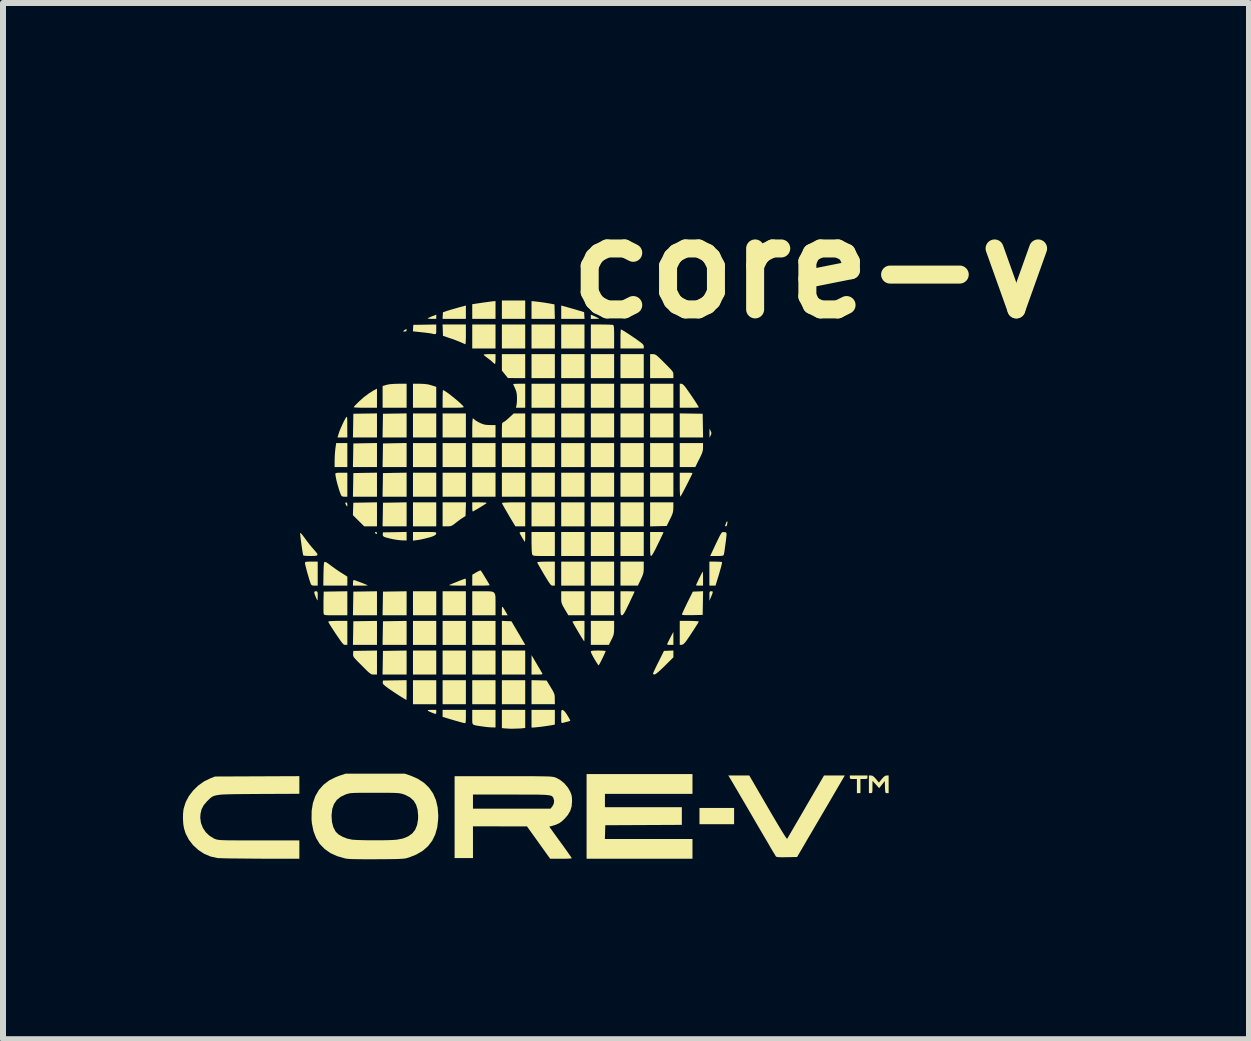
<source format=kicad_pcb>
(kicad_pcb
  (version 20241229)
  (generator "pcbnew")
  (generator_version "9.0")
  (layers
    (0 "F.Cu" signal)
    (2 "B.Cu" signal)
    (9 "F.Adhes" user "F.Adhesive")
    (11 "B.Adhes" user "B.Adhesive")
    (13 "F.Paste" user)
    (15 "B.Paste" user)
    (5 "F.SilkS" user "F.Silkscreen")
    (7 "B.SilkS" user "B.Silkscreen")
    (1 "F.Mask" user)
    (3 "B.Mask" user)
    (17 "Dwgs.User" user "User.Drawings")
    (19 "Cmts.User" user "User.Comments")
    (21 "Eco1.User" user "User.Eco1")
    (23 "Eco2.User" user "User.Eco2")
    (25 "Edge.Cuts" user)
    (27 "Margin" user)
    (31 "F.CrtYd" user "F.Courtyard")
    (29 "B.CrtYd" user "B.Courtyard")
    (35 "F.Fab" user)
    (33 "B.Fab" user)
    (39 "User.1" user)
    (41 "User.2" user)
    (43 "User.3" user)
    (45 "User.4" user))
  (footprint "core-v"
    (layer "F.Cu")
    (at 5.881 6.618)
    (property "Reference" "core-v" (at 4.6 -5.2 0) (layer "F.SilkS") (effects (font (size 1.524 1.524) (thickness 0.3))))
    (attr board_only exclude_from_pos_files exclude_from_bom)
    (fp_poly (pts (xy -1.659 -2.376) (xy -2.047 -2.376) (xy -2.047 -2.776) (xy -1.659 -2.776)) (stroke (width 0) (type solid)) (fill yes) (layer "F.SilkS"))
    (fp_poly (pts (xy -1.659 -1.882) (xy -2.047 -1.882) (xy -2.047 -2.282) (xy -1.659 -2.282)) (stroke (width 0) (type solid)) (fill yes) (layer "F.SilkS"))
    (fp_poly (pts (xy -1.659 -1.388) (xy -2.047 -1.388) (xy -2.047 -1.788) (xy -1.659 -1.788)) (stroke (width 0) (type solid)) (fill yes) (layer "F.SilkS"))
    (fp_poly (pts (xy -1.659 -0.894) (xy -2.047 -0.894) (xy -2.047 -1.294) (xy -1.659 -1.294)) (stroke (width 0) (type solid)) (fill yes) (layer "F.SilkS"))
    (fp_poly (pts (xy -1.659 0.588) (xy -2.047 0.588) (xy -2.047 0.188) (xy -1.659 0.188)) (stroke (width 0) (type solid)) (fill yes) (layer "F.SilkS"))
    (fp_poly (pts (xy -1.659 1.082) (xy -2.047 1.082) (xy -2.047 0.682) (xy -1.659 0.682)) (stroke (width 0) (type solid)) (fill yes) (layer "F.SilkS"))
    (fp_poly (pts (xy -1.659 1.576) (xy -2.047 1.576) (xy -2.047 1.176) (xy -1.659 1.176)) (stroke (width 0) (type solid)) (fill yes) (layer "F.SilkS"))
    (fp_poly (pts (xy -1.659 2.071) (xy -2.047 2.071) (xy -2.047 1.671) (xy -1.659 1.671)) (stroke (width 0) (type solid)) (fill yes) (layer "F.SilkS"))
    (fp_poly (pts (xy -1.165 -2.376) (xy -1.553 -2.376) (xy -1.553 -2.776) (xy -1.165 -2.776)) (stroke (width 0) (type solid)) (fill yes) (layer "F.SilkS"))
    (fp_poly (pts (xy -1.165 -1.882) (xy -1.553 -1.882) (xy -1.553 -2.282) (xy -1.165 -2.282)) (stroke (width 0) (type solid)) (fill yes) (layer "F.SilkS"))
    (fp_poly (pts (xy -1.165 -1.388) (xy -1.553 -1.388) (xy -1.553 -1.788) (xy -1.165 -1.788)) (stroke (width 0) (type solid)) (fill yes) (layer "F.SilkS"))
    (fp_poly (pts (xy -1.165 0.588) (xy -1.553 0.588) (xy -1.553 0.188) (xy -1.165 0.188)) (stroke (width 0) (type solid)) (fill yes) (layer "F.SilkS"))
    (fp_poly (pts (xy -1.165 1.082) (xy -1.553 1.082) (xy -1.553 0.682) (xy -1.165 0.682)) (stroke (width 0) (type solid)) (fill yes) (layer "F.SilkS"))
    (fp_poly (pts (xy -1.165 1.576) (xy -1.553 1.576) (xy -1.553 1.176) (xy -1.165 1.176)) (stroke (width 0) (type solid)) (fill yes) (layer "F.SilkS"))
    (fp_poly (pts (xy -1.165 2.071) (xy -1.553 2.071) (xy -1.553 1.671) (xy -1.165 1.671)) (stroke (width 0) (type solid)) (fill yes) (layer "F.SilkS"))
    (fp_poly (pts (xy -0.671 -3.859) (xy -1.059 -3.859) (xy -1.059 -4.259) (xy -0.671 -4.259)) (stroke (width 0) (type solid)) (fill yes) (layer "F.SilkS"))
    (fp_poly (pts (xy -0.671 -1.882) (xy -1.059 -1.882) (xy -1.059 -2.282) (xy -0.671 -2.282)) (stroke (width 0) (type solid)) (fill yes) (layer "F.SilkS"))
    (fp_poly (pts (xy -0.671 -1.388) (xy -1.059 -1.388) (xy -1.059 -1.788) (xy -0.671 -1.788)) (stroke (width 0) (type solid)) (fill yes) (layer "F.SilkS"))
    (fp_poly (pts (xy -0.671 1.082) (xy -1.059 1.082) (xy -1.059 0.682) (xy -0.671 0.682)) (stroke (width 0) (type solid)) (fill yes) (layer "F.SilkS"))
    (fp_poly (pts (xy -0.671 1.576) (xy -1.059 1.576) (xy -1.059 1.176) (xy -0.671 1.176)) (stroke (width 0) (type solid)) (fill yes) (layer "F.SilkS"))
    (fp_poly (pts (xy -0.671 2.071) (xy -1.059 2.071) (xy -1.059 1.671) (xy -0.671 1.671)) (stroke (width 0) (type solid)) (fill yes) (layer "F.SilkS"))
    (fp_poly (pts (xy -0.176 -4.353) (xy -0.565 -4.353) (xy -0.565 -4.659) (xy -0.176 -4.659)) (stroke (width 0) (type solid)) (fill yes) (layer "F.SilkS"))
    (fp_poly (pts (xy -0.176 -3.859) (xy -0.565 -3.859) (xy -0.565 -4.259) (xy -0.176 -4.259)) (stroke (width 0) (type solid)) (fill yes) (layer "F.SilkS"))
    (fp_poly (pts (xy -0.176 -1.882) (xy -0.565 -1.882) (xy -0.565 -2.282) (xy -0.176 -2.282)) (stroke (width 0) (type solid)) (fill yes) (layer "F.SilkS"))
    (fp_poly (pts (xy -0.176 -1.388) (xy -0.565 -1.388) (xy -0.565 -1.788) (xy -0.176 -1.788)) (stroke (width 0) (type solid)) (fill yes) (layer "F.SilkS"))
    (fp_poly (pts (xy -0.176 1.576) (xy -0.565 1.576) (xy -0.565 1.176) (xy -0.176 1.176)) (stroke (width 0) (type solid)) (fill yes) (layer "F.SilkS"))
    (fp_poly (pts (xy -0.176 2.071) (xy -0.565 2.071) (xy -0.565 1.671) (xy -0.176 1.671)) (stroke (width 0) (type solid)) (fill yes) (layer "F.SilkS"))
    (fp_poly (pts (xy 0.318 -3.859) (xy -0.071 -3.859) (xy -0.071 -4.259) (xy 0.318 -4.259)) (stroke (width 0) (type solid)) (fill yes) (layer "F.SilkS"))
    (fp_poly (pts (xy 0.318 -3.365) (xy -0.071 -3.365) (xy -0.071 -3.765) (xy 0.318 -3.765)) (stroke (width 0) (type solid)) (fill yes) (layer "F.SilkS"))
    (fp_poly (pts (xy 0.318 -2.871) (xy -0.071 -2.871) (xy -0.071 -3.271) (xy 0.318 -3.271)) (stroke (width 0) (type solid)) (fill yes) (layer "F.SilkS"))
    (fp_poly (pts (xy 0.318 -2.376) (xy -0.071 -2.376) (xy -0.071 -2.776) (xy 0.318 -2.776)) (stroke (width 0) (type solid)) (fill yes) (layer "F.SilkS"))
    (fp_poly (pts (xy 0.318 -1.882) (xy -0.071 -1.882) (xy -0.071 -2.282) (xy 0.318 -2.282)) (stroke (width 0) (type solid)) (fill yes) (layer "F.SilkS"))
    (fp_poly (pts (xy 0.318 -1.388) (xy -0.071 -1.388) (xy -0.071 -1.788) (xy 0.318 -1.788)) (stroke (width 0) (type solid)) (fill yes) (layer "F.SilkS"))
    (fp_poly (pts (xy 0.318 -0.894) (xy -0.071 -0.894) (xy -0.071 -1.294) (xy 0.318 -1.294)) (stroke (width 0) (type solid)) (fill yes) (layer "F.SilkS"))
    (fp_poly (pts (xy 0.812 -3.859) (xy 0.424 -3.859) (xy 0.424 -4.259) (xy 0.812 -4.259)) (stroke (width 0) (type solid)) (fill yes) (layer "F.SilkS"))
    (fp_poly (pts (xy 0.812 -3.365) (xy 0.424 -3.365) (xy 0.424 -3.765) (xy 0.812 -3.765)) (stroke (width 0) (type solid)) (fill yes) (layer "F.SilkS"))
    (fp_poly (pts (xy 0.812 -2.871) (xy 0.424 -2.871) (xy 0.424 -3.271) (xy 0.812 -3.271)) (stroke (width 0) (type solid)) (fill yes) (layer "F.SilkS"))
    (fp_poly (pts (xy 0.812 -2.376) (xy 0.424 -2.376) (xy 0.424 -2.776) (xy 0.812 -2.776)) (stroke (width 0) (type solid)) (fill yes) (layer "F.SilkS"))
    (fp_poly (pts (xy 0.812 -1.882) (xy 0.424 -1.882) (xy 0.424 -2.282) (xy 0.812 -2.282)) (stroke (width 0) (type solid)) (fill yes) (layer "F.SilkS"))
    (fp_poly (pts (xy 0.812 -1.388) (xy 0.424 -1.388) (xy 0.424 -1.788) (xy 0.812 -1.788)) (stroke (width 0) (type solid)) (fill yes) (layer "F.SilkS"))
    (fp_poly (pts (xy 0.812 -0.894) (xy 0.424 -0.894) (xy 0.424 -1.294) (xy 0.812 -1.294)) (stroke (width 0) (type solid)) (fill yes) (layer "F.SilkS"))
    (fp_poly (pts (xy 0.812 -0.4) (xy 0.424 -0.4) (xy 0.424 -0.8) (xy 0.812 -0.8)) (stroke (width 0) (type solid)) (fill yes) (layer "F.SilkS"))
    (fp_poly (pts (xy 0.812 0.094) (xy 0.424 0.094) (xy 0.424 -0.306) (xy 0.812 -0.306)) (stroke (width 0) (type solid)) (fill yes) (layer "F.SilkS"))
    (fp_poly (pts (xy 1.306 -3.365) (xy 0.918 -3.365) (xy 0.918 -3.765) (xy 1.306 -3.765)) (stroke (width 0) (type solid)) (fill yes) (layer "F.SilkS"))
    (fp_poly (pts (xy 1.306 -2.871) (xy 0.918 -2.871) (xy 0.918 -3.271) (xy 1.306 -3.271)) (stroke (width 0) (type solid)) (fill yes) (layer "F.SilkS"))
    (fp_poly (pts (xy 1.306 -2.376) (xy 0.918 -2.376) (xy 0.918 -2.776) (xy 1.306 -2.776)) (stroke (width 0) (type solid)) (fill yes) (layer "F.SilkS"))
    (fp_poly (pts (xy 1.306 -1.882) (xy 0.918 -1.882) (xy 0.918 -2.282) (xy 1.306 -2.282)) (stroke (width 0) (type solid)) (fill yes) (layer "F.SilkS"))
    (fp_poly (pts (xy 1.306 -1.388) (xy 0.918 -1.388) (xy 0.918 -1.788) (xy 1.306 -1.788)) (stroke (width 0) (type solid)) (fill yes) (layer "F.SilkS"))
    (fp_poly (pts (xy 1.306 -0.894) (xy 0.918 -0.894) (xy 0.918 -1.294) (xy 1.306 -1.294)) (stroke (width 0) (type solid)) (fill yes) (layer "F.SilkS"))
    (fp_poly (pts (xy 1.306 -0.4) (xy 0.918 -0.4) (xy 0.918 -0.8) (xy 1.306 -0.8)) (stroke (width 0) (type solid)) (fill yes) (layer "F.SilkS"))
    (fp_poly (pts (xy 1.306 0.094) (xy 0.918 0.094) (xy 0.918 -0.306) (xy 1.306 -0.306)) (stroke (width 0) (type solid)) (fill yes) (layer "F.SilkS"))
    (fp_poly (pts (xy 1.306 0.588) (xy 0.918 0.588) (xy 0.918 0.188) (xy 1.306 0.188)) (stroke (width 0) (type solid)) (fill yes) (layer "F.SilkS"))
    (fp_poly (pts (xy 1.8 -3.365) (xy 1.412 -3.365) (xy 1.412 -3.765) (xy 1.8 -3.765)) (stroke (width 0) (type solid)) (fill yes) (layer "F.SilkS"))
    (fp_poly (pts (xy 1.8 -2.871) (xy 1.412 -2.871) (xy 1.412 -3.271) (xy 1.8 -3.271)) (stroke (width 0) (type solid)) (fill yes) (layer "F.SilkS"))
    (fp_poly (pts (xy 1.8 -2.376) (xy 1.412 -2.376) (xy 1.412 -2.776) (xy 1.8 -2.776)) (stroke (width 0) (type solid)) (fill yes) (layer "F.SilkS"))
    (fp_poly (pts (xy 1.8 -1.882) (xy 1.412 -1.882) (xy 1.412 -2.282) (xy 1.8 -2.282)) (stroke (width 0) (type solid)) (fill yes) (layer "F.SilkS"))
    (fp_poly (pts (xy 1.8 -1.388) (xy 1.412 -1.388) (xy 1.412 -1.788) (xy 1.8 -1.788)) (stroke (width 0) (type solid)) (fill yes) (layer "F.SilkS"))
    (fp_poly (pts (xy 1.8 -0.894) (xy 1.412 -0.894) (xy 1.412 -1.294) (xy 1.8 -1.294)) (stroke (width 0) (type solid)) (fill yes) (layer "F.SilkS"))
    (fp_poly (pts (xy 1.8 -0.4) (xy 1.412 -0.4) (xy 1.412 -0.8) (xy 1.8 -0.8)) (stroke (width 0) (type solid)) (fill yes) (layer "F.SilkS"))
    (fp_poly (pts (xy 2.294 -2.871) (xy 1.906 -2.871) (xy 1.906 -3.271) (xy 2.294 -3.271)) (stroke (width 0) (type solid)) (fill yes) (layer "F.SilkS"))
    (fp_poly (pts (xy 2.294 -2.376) (xy 1.906 -2.376) (xy 1.906 -2.776) (xy 2.294 -2.776)) (stroke (width 0) (type solid)) (fill yes) (layer "F.SilkS"))
    (fp_poly (pts (xy 2.294 -1.882) (xy 1.906 -1.882) (xy 1.906 -2.282) (xy 2.294 -2.282)) (stroke (width 0) (type solid)) (fill yes) (layer "F.SilkS"))
    (fp_poly (pts (xy 2.294 -1.388) (xy 1.906 -1.388) (xy 1.906 -1.788) (xy 2.294 -1.788)) (stroke (width 0) (type solid)) (fill yes) (layer "F.SilkS"))
    (fp_poly (pts (xy 3.306 4.071) (xy 2.729 4.071) (xy 2.729 3.8) (xy 3.306 3.8)) (stroke (width 0) (type solid)) (fill yes) (layer "F.SilkS"))
    (fp_poly (pts (xy -2.647 -1.882) (xy -3.048 -1.882) (xy -3.044 -2.079) (xy -3.041 -2.276) (xy -2.647 -2.283)) (stroke (width 0) (type solid)) (fill yes) (layer "F.SilkS"))
    (fp_poly (pts (xy -2.647 0.588) (xy -3.048 0.588) (xy -3.044 0.391) (xy -3.041 0.194) (xy -2.647 0.188)) (stroke (width 0) (type solid)) (fill yes) (layer "F.SilkS"))
    (fp_poly (pts (xy -2.153 -2.376) (xy -2.554 -2.376) (xy -2.547 -2.771) (xy -2.35 -2.774) (xy -2.153 -2.777)) (stroke (width 0) (type solid)) (fill yes) (layer "F.SilkS"))
    (fp_poly (pts (xy -2.153 -1.388) (xy -2.554 -1.388) (xy -2.547 -1.782) (xy -2.35 -1.786) (xy -2.153 -1.789)) (stroke (width 0) (type solid)) (fill yes) (layer "F.SilkS"))
    (fp_poly (pts (xy -2.153 1.082) (xy -2.554 1.082) (xy -2.547 0.688) (xy -2.35 0.685) (xy -2.153 0.682)) (stroke (width 0) (type solid)) (fill yes) (layer "F.SilkS"))
    (fp_poly (pts (xy -2.153 1.576) (xy -2.554 1.576) (xy -2.547 1.182) (xy -2.35 1.179) (xy -2.153 1.176)) (stroke (width 0) (type solid)) (fill yes) (layer "F.SilkS"))
    (fp_poly (pts (xy 2.591 -2.774) (xy 2.782 -2.771) (xy 2.789 -2.376) (xy 2.4 -2.376) (xy 2.4 -2.777)) (stroke (width 0) (type solid)) (fill yes) (layer "F.SilkS"))
    (fp_poly (pts (xy -2.647 -2.376) (xy -3.048 -2.376) (xy -3.044 -2.574) (xy -3.041 -2.771) (xy -2.844 -2.774) (xy -2.647 -2.777)) (stroke (width 0) (type solid)) (fill yes) (layer "F.SilkS"))
    (fp_poly (pts (xy -2.647 -1.388) (xy -3.048 -1.388) (xy -3.044 -1.585) (xy -3.041 -1.782) (xy -2.844 -1.786) (xy -2.647 -1.789)) (stroke (width 0) (type solid)) (fill yes) (layer "F.SilkS"))
    (fp_poly (pts (xy -2.647 1.082) (xy -3.048 1.082) (xy -3.044 0.885) (xy -3.041 0.688) (xy -2.844 0.685) (xy -2.647 0.682)) (stroke (width 0) (type solid)) (fill yes) (layer "F.SilkS"))
    (fp_poly (pts (xy -2.153 -1.882) (xy -2.554 -1.882) (xy -2.55 -2.079) (xy -2.547 -2.276) (xy -2.35 -2.28) (xy -2.153 -2.283)) (stroke (width 0) (type solid)) (fill yes) (layer "F.SilkS"))
    (fp_poly (pts (xy -2.153 -0.894) (xy -2.554 -0.894) (xy -2.55 -1.091) (xy -2.547 -1.288) (xy -2.35 -1.291) (xy -2.153 -1.295)) (stroke (width 0) (type solid)) (fill yes) (layer "F.SilkS"))
    (fp_poly (pts (xy -2.153 0.588) (xy -2.554 0.588) (xy -2.55 0.391) (xy -2.547 0.194) (xy -2.35 0.191) (xy -2.153 0.188)) (stroke (width 0) (type solid)) (fill yes) (layer "F.SilkS"))
    (fp_poly (pts (xy -0.176 -3.365) (xy -0.321 -3.365) (xy -0.465 -3.366) (xy -0.565 -3.491) (xy -0.565 -3.765) (xy -0.176 -3.765)) (stroke (width 0) (type solid)) (fill yes) (layer "F.SilkS"))
    (fp_poly (pts (xy 2.915 -2.485) (xy 2.926 -2.457) (xy 2.926 -2.436) (xy 2.915 -2.409) (xy 2.896 -2.371) (xy 2.896 -2.524)) (stroke (width 0) (type solid)) (fill yes) (layer "F.SilkS"))
    (fp_poly (pts (xy -0.176 2.467) (xy -0.256 2.475) (xy -0.41 2.48) (xy -0.515 2.474) (xy -0.565 2.469) (xy -0.565 2.165) (xy -0.176 2.165)) (stroke (width 0) (type solid)) (fill yes) (layer "F.SilkS"))
    (fp_poly (pts (xy -2.647 -0.894) (xy -2.86 -0.894) (xy -2.954 -0.987) (xy -3.048 -1.08) (xy -3.045 -1.184) (xy -3.041 -1.288) (xy -2.844 -1.291) (xy -2.647 -1.295)) (stroke (width 0) (type solid)) (fill yes) (layer "F.SilkS"))
    (fp_poly (pts (xy -2.153 -2.871) (xy -2.553 -2.871) (xy -2.553 -3.234) (xy -2.492 -3.252) (xy -2.438 -3.263) (xy -2.362 -3.269) (xy -2.292 -3.271) (xy -2.153 -3.271)) (stroke (width 0) (type solid)) (fill yes) (layer "F.SilkS"))
    (fp_poly (pts (xy -1.856 -3.268) (xy -1.793 -3.26) (xy -1.739 -3.245) (xy -1.659 -3.22) (xy -1.659 -2.871) (xy -2.047 -2.871) (xy -2.047 -3.271) (xy -1.933 -3.271)) (stroke (width 0) (type solid)) (fill yes) (layer "F.SilkS"))
    (fp_poly (pts (xy -3.145 -1.284) (xy -3.141 -1.259) (xy -3.142 -1.232) (xy -3.147 -1.226) (xy -3.158 -1.241) (xy -3.162 -1.247) (xy -3.175 -1.276) (xy -3.17 -1.292) (xy -3.159 -1.294)) (stroke (width 0) (type solid)) (fill yes) (layer "F.SilkS"))
    (fp_poly (pts (xy -3.141 -1.882) (xy -3.353 -1.882) (xy -3.353 -1.994) (xy -3.351 -2.056) (xy -3.347 -2.123) (xy -3.341 -2.182) (xy -3.34 -2.194) (xy -3.327 -2.282) (xy -3.141 -2.282)) (stroke (width 0) (type solid)) (fill yes) (layer "F.SilkS"))
    (fp_poly (pts (xy -2.649 -0.791) (xy -2.647 -0.782) (xy -2.649 -0.767) (xy -2.65 -0.766) (xy -2.662 -0.77) (xy -2.668 -0.772) (xy -2.681 -0.785) (xy -2.677 -0.797) (xy -2.665 -0.8)) (stroke (width 0) (type solid)) (fill yes) (layer "F.SilkS"))
    (fp_poly (pts (xy -2.154 -4.18) (xy -2.153 -4.165) (xy -2.16 -4.146) (xy -2.182 -4.141) (xy -2.204 -4.143) (xy -2.212 -4.146) (xy -2.203 -4.155) (xy -2.182 -4.17) (xy -2.162 -4.182)) (stroke (width 0) (type solid)) (fill yes) (layer "F.SilkS"))
    (fp_poly (pts (xy -1.659 -4.353) (xy -1.738 -4.353) (xy -1.781 -4.355) (xy -1.801 -4.359) (xy -1.8 -4.364) (xy -1.779 -4.374) (xy -1.745 -4.389) (xy -1.72 -4.399) (xy -1.659 -4.423)) (stroke (width 0) (type solid)) (fill yes) (layer "F.SilkS"))
    (fp_poly (pts (xy -1.165 -4.353) (xy -1.554 -4.353) (xy -1.547 -4.463) (xy -1.482 -4.485) (xy -1.443 -4.497) (xy -1.389 -4.513) (xy -1.329 -4.53) (xy -1.291 -4.541) (xy -1.165 -4.575)) (stroke (width 0) (type solid)) (fill yes) (layer "F.SilkS"))
    (fp_poly (pts (xy -0.671 -4.353) (xy -1.059 -4.353) (xy -1.059 -4.597) (xy -0.932 -4.616) (xy -0.872 -4.625) (xy -0.812 -4.633) (xy -0.761 -4.64) (xy -0.738 -4.643) (xy -0.671 -4.65)) (stroke (width 0) (type solid)) (fill yes) (layer "F.SilkS"))
    (fp_poly (pts (xy -0.543 0.461) (xy -0.522 0.495) (xy -0.501 0.532) (xy -0.468 0.588) (xy -0.565 0.588) (xy -0.565 0.509) (xy -0.564 0.471) (xy -0.562 0.45) (xy -0.556 0.447)) (stroke (width 0) (type solid)) (fill yes) (layer "F.SilkS"))
    (fp_poly (pts (xy 0.985 -4.394) (xy 1.021 -4.377) (xy 1.047 -4.364) (xy 1.057 -4.358) (xy 1.05 -4.356) (xy 1.024 -4.354) (xy 0.99 -4.353) (xy 0.918 -4.353) (xy 0.918 -4.423)) (stroke (width 0) (type solid)) (fill yes) (layer "F.SilkS"))
    (fp_poly (pts (xy 0.009 -4.641) (xy 0.058 -4.635) (xy 0.119 -4.627) (xy 0.182 -4.617) (xy 0.2 -4.614) (xy 0.312 -4.594) (xy 0.315 -4.474) (xy 0.318 -4.353) (xy -0.071 -4.353) (xy -0.071 -4.649)) (stroke (width 0) (type solid)) (fill yes) (layer "F.SilkS"))
    (fp_poly (pts (xy 0.532 -4.545) (xy 0.593 -4.528) (xy 0.656 -4.51) (xy 0.711 -4.493) (xy 0.724 -4.49) (xy 0.806 -4.464) (xy 0.809 -4.408) (xy 0.813 -4.353) (xy 0.424 -4.353) (xy 0.424 -4.575)) (stroke (width 0) (type solid)) (fill yes) (layer "F.SilkS"))
    (fp_poly (pts (xy 1.306 0.794) (xy 1.305 0.848) (xy 1.302 0.887) (xy 1.295 0.92) (xy 1.281 0.955) (xy 1.262 0.994) (xy 1.218 1.082) (xy 0.918 1.082) (xy 0.918 0.682) (xy 1.306 0.682)) (stroke (width 0) (type solid)) (fill yes) (layer "F.SilkS"))
    (fp_poly (pts (xy 1.8 -0.209) (xy 1.799 -0.161) (xy 1.795 -0.124) (xy 1.786 -0.09) (xy 1.77 -0.05) (xy 1.751 -0.009) (xy 1.702 0.094) (xy 1.412 0.094) (xy 1.412 -0.306) (xy 1.8 -0.306)) (stroke (width 0) (type solid)) (fill yes) (layer "F.SilkS"))
    (fp_poly (pts (xy -0.486 0.685) (xy -0.406 0.688) (xy -0.309 0.853) (xy -0.274 0.911) (xy -0.243 0.965) (xy -0.217 1.009) (xy -0.199 1.04) (xy -0.193 1.05) (xy -0.176 1.082) (xy -0.565 1.082) (xy -0.565 0.681)) (stroke (width 0) (type solid)) (fill yes) (layer "F.SilkS"))
    (fp_poly (pts (xy 0.812 0.588) (xy 0.543 0.588) (xy 0.483 0.487) (xy 0.456 0.44) (xy 0.439 0.406) (xy 0.429 0.377) (xy 0.425 0.347) (xy 0.424 0.306) (xy 0.424 0.287) (xy 0.424 0.188) (xy 0.812 0.188)) (stroke (width 0) (type solid)) (fill yes) (layer "F.SilkS"))
    (fp_poly (pts (xy 2.293 -1.209) (xy 2.292 -1.167) (xy 2.287 -1.133) (xy 2.277 -1.099) (xy 2.26 -1.058) (xy 2.237 -1.012) (xy 2.182 -0.9) (xy 2.044 -0.897) (xy 1.906 -0.893) (xy 1.906 -1.294) (xy 2.294 -1.294)) (stroke (width 0) (type solid)) (fill yes) (layer "F.SilkS"))
    (fp_poly (pts (xy 2.294 0.974) (xy 2.294 1.082) (xy 2.241 1.082) (xy 2.21 1.081) (xy 2.191 1.076) (xy 2.189 1.074) (xy 2.194 1.06) (xy 2.208 1.03) (xy 2.228 0.99) (xy 2.241 0.965) (xy 2.293 0.865)) (stroke (width 0) (type solid)) (fill yes) (layer "F.SilkS"))
    (fp_poly (pts (xy 2.788 -2.212) (xy 2.787 -2.178) (xy 2.782 -2.148) (xy 2.772 -2.116) (xy 2.754 -2.074) (xy 2.727 -2.019) (xy 2.723 -2.012) (xy 2.659 -1.882) (xy 2.4 -1.882) (xy 2.4 -2.282) (xy 2.788 -2.282)) (stroke (width 0) (type solid)) (fill yes) (layer "F.SilkS"))
    (fp_poly (pts (xy -1.659 2.2) (xy -1.66 2.221) (xy -1.665 2.231) (xy -1.68 2.231) (xy -1.709 2.221) (xy -1.735 2.21) (xy -1.779 2.191) (xy -1.801 2.178) (xy -1.8 2.17) (xy -1.777 2.166) (xy -1.738 2.165) (xy -1.659 2.165)) (stroke (width 0) (type solid)) (fill yes) (layer "F.SilkS"))
    (fp_poly (pts (xy -0.755 0.19) (xy -0.717 0.197) (xy -0.693 0.212) (xy -0.679 0.238) (xy -0.672 0.278) (xy -0.671 0.336) (xy -0.671 0.413) (xy -0.671 0.588) (xy -1.059 0.588) (xy -1.059 0.188) (xy -0.883 0.188) (xy -0.81 0.188)) (stroke (width 0) (type solid)) (fill yes) (layer "F.SilkS"))
    (fp_poly (pts (xy 0.055 1.673) (xy 0.181 1.676) (xy 0.249 1.788) (xy 0.279 1.838) (xy 0.298 1.874) (xy 0.31 1.902) (xy 0.315 1.93) (xy 0.317 1.962) (xy 0.317 1.985) (xy 0.318 2.071) (xy -0.071 2.071) (xy -0.071 1.67)) (stroke (width 0) (type solid)) (fill yes) (layer "F.SilkS"))
    (fp_poly (pts (xy 0.318 2.41) (xy 0.285 2.417) (xy 0.25 2.423) (xy 0.2 2.431) (xy 0.143 2.439) (xy 0.085 2.447) (xy 0.031 2.453) (xy -0.011 2.457) (xy -0.032 2.459) (xy -0.071 2.459) (xy -0.071 2.165) (xy 0.318 2.165)) (stroke (width 0) (type solid)) (fill yes) (layer "F.SilkS"))
    (fp_poly (pts (xy 2.941 0.189) (xy 2.95 0.196) (xy 2.949 0.211) (xy 2.939 0.241) (xy 2.924 0.277) (xy 2.895 0.347) (xy 2.895 0.268) (xy 2.895 0.226) (xy 2.897 0.202) (xy 2.904 0.191) (xy 2.917 0.188) (xy 2.924 0.188)) (stroke (width 0) (type solid)) (fill yes) (layer "F.SilkS"))
    (fp_poly (pts (xy 3.197 -0.968) (xy 3.195 -0.958) (xy 3.189 -0.93) (xy 3.188 -0.917) (xy 3.18 -0.898) (xy 3.169 -0.894) (xy 3.156 -0.9) (xy 3.159 -0.915) (xy 3.17 -0.944) (xy 3.173 -0.956) (xy 3.184 -0.973) (xy 3.191 -0.976)) (stroke (width 0) (type solid)) (fill yes) (layer "F.SilkS"))
    (fp_poly (pts (xy 0.013 1.394) (xy 0.044 1.447) (xy 0.072 1.494) (xy 0.093 1.531) (xy 0.106 1.553) (xy 0.107 1.556) (xy 0.111 1.566) (xy 0.105 1.572) (xy 0.086 1.575) (xy 0.05 1.576) (xy 0.024 1.576) (xy -0.071 1.576) (xy -0.07 1.253)) (stroke (width 0) (type solid)) (fill yes) (layer "F.SilkS"))
    (fp_poly (pts (xy 2.612 3.565) (xy 1.153 3.565) (xy 1.153 3.788) (xy 2.435 3.788) (xy 2.435 4.082) (xy 1.797 4.085) (xy 1.159 4.088) (xy 1.152 4.318) (xy 2.612 4.318) (xy 2.612 4.647) (xy 0.847 4.647) (xy 0.847 3.235) (xy 2.612 3.235)) (stroke (width 0) (type solid)) (fill yes) (layer "F.SilkS"))
    (fp_poly (pts (xy -1.167 -1.18) (xy -1.171 -1.066) (xy -1.219 -1.036) (xy -1.254 -1.013) (xy -1.297 -0.981) (xy -1.337 -0.95) (xy -1.374 -0.921) (xy -1.401 -0.905) (xy -1.427 -0.897) (xy -1.459 -0.894) (xy -1.479 -0.894) (xy -1.553 -0.894) (xy -1.553 -1.294) (xy -1.164 -1.294)) (stroke (width 0) (type solid)) (fill yes) (layer "F.SilkS"))
    (fp_poly (pts (xy 3.047 -0.305) (xy 3.083 -0.302) (xy 3.103 -0.299) (xy 3.106 -0.297) (xy 3.103 -0.277) (xy 3.094 -0.238) (xy 3.08 -0.187) (xy 3.063 -0.126) (xy 3.044 -0.061) (xy 3.033 -0.026) (xy 2.996 0.094) (xy 2.894 0.094) (xy 2.894 -0.306) (xy 3 -0.306)) (stroke (width 0) (type solid)) (fill yes) (layer "F.SilkS"))
    (fp_poly (pts (xy -2.153 -0.659) (xy -2.221 -0.66) (xy -2.265 -0.663) (xy -2.322 -0.67) (xy -2.379 -0.68) (xy -2.388 -0.682) (xy -2.454 -0.697) (xy -2.5 -0.709) (xy -2.529 -0.72) (xy -2.545 -0.733) (xy -2.551 -0.747) (xy -2.551 -0.762) (xy -2.547 -0.794) (xy -2.35 -0.797) (xy -2.153 -0.801)) (stroke (width 0) (type solid)) (fill yes) (layer "F.SilkS"))
    (fp_poly (pts (xy -1.659 -4.177) (xy -1.659 -4.132) (xy -1.663 -4.107) (xy -1.675 -4.098) (xy -1.699 -4.099) (xy -1.729 -4.106) (xy -1.758 -4.112) (xy -1.803 -4.118) (xy -1.858 -4.125) (xy -1.909 -4.13) (xy -2.048 -4.145) (xy -2.045 -4.199) (xy -2.041 -4.253) (xy -1.85 -4.256) (xy -1.659 -4.259)) (stroke (width 0) (type solid)) (fill yes) (layer "F.SilkS"))
    (fp_poly (pts (xy -0.176 -2.376) (xy -0.565 -2.376) (xy -0.565 -2.499) (xy -0.564 -2.554) (xy -0.563 -2.591) (xy -0.559 -2.612) (xy -0.553 -2.623) (xy -0.542 -2.629) (xy -0.541 -2.63) (xy -0.521 -2.641) (xy -0.491 -2.664) (xy -0.454 -2.696) (xy -0.442 -2.707) (xy -0.368 -2.776) (xy -0.176 -2.776)) (stroke (width 0) (type solid)) (fill yes) (layer "F.SilkS"))
    (fp_poly (pts (xy -0.176 -0.894) (xy -0.34 -0.894) (xy -0.453 -1.083) (xy -0.488 -1.144) (xy -0.519 -1.197) (xy -0.543 -1.24) (xy -0.559 -1.27) (xy -0.565 -1.283) (xy -0.565 -1.283) (xy -0.554 -1.287) (xy -0.523 -1.29) (xy -0.476 -1.292) (xy -0.417 -1.294) (xy -0.371 -1.294) (xy -0.176 -1.294)) (stroke (width 0) (type solid)) (fill yes) (layer "F.SilkS"))
    (fp_poly (pts (xy 1.156 -4.258) (xy 1.212 -4.257) (xy 1.255 -4.255) (xy 1.282 -4.253) (xy 1.287 -4.252) (xy 1.294 -4.246) (xy 1.299 -4.233) (xy 1.303 -4.21) (xy 1.305 -4.172) (xy 1.306 -4.118) (xy 1.306 -4.052) (xy 1.306 -3.859) (xy 0.918 -3.859) (xy 0.918 -4.259) (xy 1.093 -4.259)) (stroke (width 0) (type solid)) (fill yes) (layer "F.SilkS"))
    (fp_poly (pts (xy 2.782 0.582) (xy 2.609 0.586) (xy 2.539 0.586) (xy 2.489 0.586) (xy 2.457 0.584) (xy 2.441 0.58) (xy 2.436 0.574) (xy 2.442 0.559) (xy 2.456 0.526) (xy 2.477 0.481) (xy 2.504 0.425) (xy 2.527 0.376) (xy 2.618 0.194) (xy 2.703 0.191) (xy 2.789 0.187)) (stroke (width 0) (type solid)) (fill yes) (layer "F.SilkS"))
    (fp_poly (pts (xy -3.649 0.19) (xy -3.64 0.197) (xy -3.636 0.216) (xy -3.635 0.252) (xy -3.635 0.265) (xy -3.636 0.304) (xy -3.637 0.331) (xy -3.64 0.341) (xy -3.646 0.331) (xy -3.658 0.306) (xy -3.669 0.281) (xy -3.686 0.236) (xy -3.693 0.208) (xy -3.688 0.193) (xy -3.671 0.188) (xy -3.665 0.188)) (stroke (width 0) (type solid)) (fill yes) (layer "F.SilkS"))
    (fp_poly (pts (xy -3.148 -2.718) (xy -3.145 -2.705) (xy -3.143 -2.678) (xy -3.142 -2.635) (xy -3.142 -2.571) (xy -3.142 -2.556) (xy -3.141 -2.376) (xy -3.305 -2.376) (xy -3.286 -2.438) (xy -3.272 -2.48) (xy -3.251 -2.531) (xy -3.226 -2.587) (xy -3.201 -2.64) (xy -3.178 -2.684) (xy -3.16 -2.712) (xy -3.153 -2.719)) (stroke (width 0) (type solid)) (fill yes) (layer "F.SilkS"))
    (fp_poly (pts (xy -3.141 0.588) (xy -3.335 0.588) (xy -3.407 0.588) (xy -3.458 0.588) (xy -3.493 0.586) (xy -3.515 0.583) (xy -3.527 0.578) (xy -3.533 0.571) (xy -3.536 0.562) (xy -3.538 0.541) (xy -3.539 0.501) (xy -3.539 0.448) (xy -3.539 0.387) (xy -3.539 0.365) (xy -3.535 0.194) (xy -3.141 0.188)) (stroke (width 0) (type solid)) (fill yes) (layer "F.SilkS"))
    (fp_poly (pts (xy -2.647 -2.871) (xy -2.841 -2.871) (xy -2.906 -2.871) (xy -2.961 -2.873) (xy -3.004 -2.875) (xy -3.029 -2.878) (xy -3.035 -2.88) (xy -3.027 -2.892) (xy -3.006 -2.916) (xy -2.974 -2.948) (xy -2.95 -2.972) (xy -2.871 -3.043) (xy -2.788 -3.106) (xy -2.708 -3.157) (xy -2.685 -3.169) (xy -2.647 -3.189)) (stroke (width 0) (type solid)) (fill yes) (layer "F.SilkS"))
    (fp_poly (pts (xy -1.165 2.276) (xy -1.166 2.332) (xy -1.169 2.367) (xy -1.174 2.385) (xy -1.179 2.387) (xy -1.197 2.384) (xy -1.231 2.376) (xy -1.273 2.364) (xy -1.276 2.363) (xy -1.33 2.348) (xy -1.393 2.33) (xy -1.452 2.312) (xy -1.456 2.311) (xy -1.553 2.282) (xy -1.553 2.165) (xy -1.165 2.165)) (stroke (width 0) (type solid)) (fill yes) (layer "F.SilkS"))
    (fp_poly (pts (xy -0.671 2.459) (xy -0.732 2.457) (xy -0.773 2.455) (xy -0.828 2.45) (xy -0.885 2.442) (xy -0.9 2.44) (xy -0.963 2.431) (xy -1.007 2.423) (xy -1.035 2.414) (xy -1.051 2.4) (xy -1.058 2.378) (xy -1.059 2.344) (xy -1.059 2.295) (xy -1.059 2.288) (xy -1.059 2.165) (xy -0.671 2.165)) (stroke (width 0) (type solid)) (fill yes) (layer "F.SilkS"))
    (fp_poly (pts (xy 0.318 -0.4) (xy 0.136 -0.4) (xy 0.066 -0.4) (xy 0.017 -0.401) (xy -0.017 -0.403) (xy -0.038 -0.407) (xy -0.05 -0.412) (xy -0.057 -0.42) (xy -0.058 -0.423) (xy -0.063 -0.443) (xy -0.067 -0.481) (xy -0.069 -0.535) (xy -0.07 -0.598) (xy -0.071 -0.623) (xy -0.071 -0.8) (xy 0.318 -0.8)) (stroke (width 0) (type solid)) (fill yes) (layer "F.SilkS"))
    (fp_poly (pts (xy 5.529 3.288) (xy 5.528 3.306) (xy 5.518 3.314) (xy 5.494 3.317) (xy 5.471 3.318) (xy 5.412 3.318) (xy 5.412 3.553) (xy 5.353 3.553) (xy 5.353 3.318) (xy 5.294 3.318) (xy 5.259 3.317) (xy 5.242 3.312) (xy 5.236 3.3) (xy 5.235 3.288) (xy 5.235 3.259) (xy 5.529 3.259)) (stroke (width 0) (type solid)) (fill yes) (layer "F.SilkS"))
    (fp_poly (pts (xy -3.141 -1.388) (xy -3.188 -1.388) (xy -3.22 -1.391) (xy -3.238 -1.401) (xy -3.251 -1.426) (xy -3.27 -1.477) (xy -3.289 -1.539) (xy -3.308 -1.604) (xy -3.324 -1.667) (xy -3.335 -1.723) (xy -3.341 -1.764) (xy -3.341 -1.771) (xy -3.336 -1.78) (xy -3.319 -1.785) (xy -3.285 -1.788) (xy -3.241 -1.788) (xy -3.141 -1.788)) (stroke (width 0) (type solid)) (fill yes) (layer "F.SilkS"))
    (fp_poly (pts (xy -3.019 0.004) (xy -2.988 0.015) (xy -2.947 0.03) (xy -2.902 0.047) (xy -2.859 0.064) (xy -2.825 0.078) (xy -2.804 0.088) (xy -2.801 0.09) (xy -2.81 0.092) (xy -2.838 0.093) (xy -2.88 0.094) (xy -2.922 0.094) (xy -3.047 0.094) (xy -3.047 0.047) (xy -3.044 0.016) (xy -3.036 0.001) (xy -3.034 0)) (stroke (width 0) (type solid)) (fill yes) (layer "F.SilkS"))
    (fp_poly (pts (xy -1.167 -0.01) (xy -1.165 0.018) (xy -1.165 0.034) (xy -1.165 0.094) (xy -1.315 0.093) (xy -1.378 0.092) (xy -1.421 0.09) (xy -1.442 0.086) (xy -1.441 0.082) (xy -1.413 0.071) (xy -1.373 0.054) (xy -1.325 0.035) (xy -1.277 0.015) (xy -1.233 -0.002) (xy -1.2 -0.014) (xy -1.185 -0.02) (xy -1.173 -0.021)) (stroke (width 0) (type solid)) (fill yes) (layer "F.SilkS"))
    (fp_poly (pts (xy -1.165 -4.094) (xy -1.165 -4.035) (xy -1.167 -3.985) (xy -1.169 -3.95) (xy -1.172 -3.932) (xy -1.174 -3.93) (xy -1.188 -3.935) (xy -1.217 -3.948) (xy -1.247 -3.961) (xy -1.287 -3.978) (xy -1.341 -3.999) (xy -1.399 -4.02) (xy -1.429 -4.03) (xy -1.547 -4.07) (xy -1.55 -4.164) (xy -1.554 -4.259) (xy -1.165 -4.259)) (stroke (width 0) (type solid)) (fill yes) (layer "F.SilkS"))
    (fp_poly (pts (xy -0.885 -1.293) (xy -0.845 -1.291) (xy -0.822 -1.287) (xy -0.817 -1.284) (xy -0.828 -1.275) (xy -0.855 -1.257) (xy -0.893 -1.233) (xy -0.935 -1.207) (xy -0.977 -1.182) (xy -1.014 -1.161) (xy -1.041 -1.146) (xy -1.052 -1.141) (xy -1.055 -1.152) (xy -1.058 -1.18) (xy -1.059 -1.218) (xy -1.059 -1.294) (xy -0.935 -1.294)) (stroke (width 0) (type solid)) (fill yes) (layer "F.SilkS"))
    (fp_poly (pts (xy -0.176 -0.718) (xy -0.177 -0.677) (xy -0.179 -0.648) (xy -0.181 -0.635) (xy -0.181 -0.635) (xy -0.189 -0.645) (xy -0.205 -0.669) (xy -0.226 -0.704) (xy -0.228 -0.707) (xy -0.249 -0.744) (xy -0.264 -0.773) (xy -0.271 -0.789) (xy -0.271 -0.789) (xy -0.26 -0.796) (xy -0.234 -0.8) (xy -0.224 -0.8) (xy -0.176 -0.8)) (stroke (width 0) (type solid)) (fill yes) (layer "F.SilkS"))
    (fp_poly (pts (xy 2.294 1.289) (xy 2.149 1.433) (xy 2.085 1.495) (xy 2.035 1.539) (xy 2 1.567) (xy 1.979 1.576) (xy 1.978 1.576) (xy 1.959 1.571) (xy 1.954 1.562) (xy 1.959 1.547) (xy 1.973 1.515) (xy 1.995 1.469) (xy 2.021 1.414) (xy 2.046 1.365) (xy 2.137 1.182) (xy 2.216 1.179) (xy 2.294 1.175)) (stroke (width 0) (type solid)) (fill yes) (layer "F.SilkS"))
    (fp_poly (pts (xy 2.785 -0.13) (xy 2.787 -0.101) (xy 2.788 -0.058) (xy 2.788 -0.024) (xy 2.788 0.094) (xy 2.729 0.094) (xy 2.696 0.093) (xy 2.675 0.091) (xy 2.671 0.09) (xy 2.675 0.077) (xy 2.688 0.049) (xy 2.706 0.011) (xy 2.726 -0.032) (xy 2.747 -0.073) (xy 2.765 -0.109) (xy 2.778 -0.133) (xy 2.783 -0.141)) (stroke (width 0) (type solid)) (fill yes) (layer "F.SilkS"))
    (fp_poly (pts (xy -3.499 -0.298) (xy -3.47 -0.281) (xy -3.434 -0.255) (xy -3.424 -0.247) (xy -3.379 -0.214) (xy -3.324 -0.174) (xy -3.267 -0.136) (xy -3.245 -0.122) (xy -3.141 -0.056) (xy -3.141 0.094) (xy -3.542 0.094) (xy -3.539 -0.103) (xy -3.537 -0.176) (xy -3.535 -0.23) (xy -3.532 -0.266) (xy -3.529 -0.288) (xy -3.523 -0.299) (xy -3.517 -0.303)) (stroke (width 0) (type solid)) (fill yes) (layer "F.SilkS"))
    (fp_poly (pts (xy -1.781 -0.8) (xy -1.73 -0.799) (xy -1.695 -0.798) (xy -1.674 -0.795) (xy -1.663 -0.79) (xy -1.659 -0.783) (xy -1.659 -0.776) (xy -1.669 -0.754) (xy -1.7 -0.735) (xy -1.702 -0.734) (xy -1.752 -0.716) (xy -1.817 -0.698) (xy -1.887 -0.681) (xy -1.953 -0.668) (xy -1.98 -0.665) (xy -2.047 -0.656) (xy -2.047 -0.8) (xy -1.853 -0.8)) (stroke (width 0) (type solid)) (fill yes) (layer "F.SilkS"))
    (fp_poly (pts (xy -1.034 -2.686) (xy -1.019 -2.672) (xy -0.998 -2.656) (xy -0.963 -2.635) (xy -0.926 -2.616) (xy -0.879 -2.597) (xy -0.836 -2.587) (xy -0.785 -2.583) (xy -0.762 -2.583) (xy -0.671 -2.582) (xy -0.671 -2.479) (xy -0.671 -2.376) (xy -1.059 -2.376) (xy -1.059 -2.535) (xy -1.058 -2.593) (xy -1.056 -2.642) (xy -1.053 -2.677) (xy -1.05 -2.693) (xy -1.049 -2.694)) (stroke (width 0) (type solid)) (fill yes) (layer "F.SilkS"))
    (fp_poly (pts (xy -0.671 -3.682) (xy -0.672 -3.642) (xy -0.675 -3.612) (xy -0.68 -3.6) (xy -0.68 -3.6) (xy -0.694 -3.608) (xy -0.715 -3.627) (xy -0.716 -3.628) (xy -0.739 -3.649) (xy -0.774 -3.677) (xy -0.806 -3.701) (xy -0.838 -3.726) (xy -0.862 -3.745) (xy -0.87 -3.756) (xy -0.86 -3.76) (xy -0.831 -3.763) (xy -0.789 -3.765) (xy -0.771 -3.765) (xy -0.671 -3.765)) (stroke (width 0) (type solid)) (fill yes) (layer "F.SilkS"))
    (fp_poly (pts (xy -0.176 -2.871) (xy -0.331 -2.871) (xy -0.322 -2.909) (xy -0.317 -2.94) (xy -0.314 -2.985) (xy -0.313 -3.034) (xy -0.313 -3.035) (xy -0.316 -3.094) (xy -0.325 -3.141) (xy -0.343 -3.189) (xy -0.345 -3.193) (xy -0.361 -3.229) (xy -0.373 -3.255) (xy -0.376 -3.266) (xy -0.366 -3.268) (xy -0.337 -3.27) (xy -0.295 -3.271) (xy -0.276 -3.271) (xy -0.176 -3.271)) (stroke (width 0) (type solid)) (fill yes) (layer "F.SilkS"))
    (fp_poly (pts (xy 1.97 -3.764) (xy 1.987 -3.76) (xy 2.005 -3.75) (xy 2.028 -3.732) (xy 2.059 -3.704) (xy 2.101 -3.663) (xy 2.147 -3.617) (xy 2.2 -3.564) (xy 2.238 -3.525) (xy 2.264 -3.496) (xy 2.281 -3.474) (xy 2.29 -3.456) (xy 2.293 -3.439) (xy 2.294 -3.42) (xy 2.294 -3.417) (xy 2.294 -3.365) (xy 1.906 -3.365) (xy 1.906 -3.765) (xy 1.953 -3.765)) (stroke (width 0) (type solid)) (fill yes) (layer "F.SilkS"))
    (fp_poly (pts (xy -3.635 0.094) (xy -3.686 0.094) (xy -3.721 0.092) (xy -3.74 0.082) (xy -3.75 0.067) (xy -3.759 0.041) (xy -3.773 -0.000061) (xy -3.788 -0.052) (xy -3.805 -0.108) (xy -3.82 -0.165) (xy -3.833 -0.216) (xy -3.843 -0.255) (xy -3.847 -0.279) (xy -3.847 -0.281) (xy -3.846 -0.293) (xy -3.838 -0.3) (xy -3.82 -0.304) (xy -3.787 -0.306) (xy -3.741 -0.306) (xy -3.635 -0.306)) (stroke (width 0) (type solid)) (fill yes) (layer "F.SilkS"))
    (fp_poly (pts (xy -0.91 -0.148) (xy -0.892 -0.121) (xy -0.869 -0.084) (xy -0.842 -0.039) (xy -0.814 0.006) (xy -0.789 0.049) (xy -0.769 0.084) (xy -0.768 0.085) (xy -0.777 0.089) (xy -0.806 0.091) (xy -0.849 0.093) (xy -0.903 0.094) (xy -0.911 0.094) (xy -1.059 0.094) (xy -1.059 0.003) (xy -1.058 -0.088) (xy -0.993 -0.127) (xy -0.958 -0.145) (xy -0.931 -0.157) (xy -0.918 -0.159)) (stroke (width 0) (type solid)) (fill yes) (layer "F.SilkS"))
    (fp_poly (pts (xy 1.435 -4.17) (xy 1.468 -4.151) (xy 1.514 -4.122) (xy 1.571 -4.085) (xy 1.637 -4.04) (xy 1.674 -4.015) (xy 1.726 -3.977) (xy 1.762 -3.95) (xy 1.784 -3.93) (xy 1.796 -3.914) (xy 1.8 -3.899) (xy 1.8 -3.893) (xy 1.8 -3.859) (xy 1.412 -3.859) (xy 1.412 -4.018) (xy 1.412 -4.076) (xy 1.414 -4.124) (xy 1.416 -4.159) (xy 1.419 -4.176) (xy 1.419 -4.176)) (stroke (width 0) (type solid)) (fill yes) (layer "F.SilkS"))
    (fp_poly (pts (xy 2.445 -3.265) (xy 2.466 -3.248) (xy 2.494 -3.215) (xy 2.52 -3.179) (xy 2.553 -3.132) (xy 2.589 -3.08) (xy 2.625 -3.027) (xy 2.658 -2.977) (xy 2.686 -2.933) (xy 2.706 -2.9) (xy 2.717 -2.88) (xy 2.718 -2.878) (xy 2.707 -2.875) (xy 2.676 -2.873) (xy 2.631 -2.871) (xy 2.575 -2.871) (xy 2.559 -2.871) (xy 2.4 -2.871) (xy 2.4 -3.271) (xy 2.428 -3.271)) (stroke (width 0) (type solid)) (fill yes) (layer "F.SilkS"))
    (fp_poly (pts (xy 2.617 0.683) (xy 2.665 0.685) (xy 2.7 0.688) (xy 2.717 0.691) (xy 2.718 0.692) (xy 2.711 0.705) (xy 2.695 0.734) (xy 2.669 0.774) (xy 2.639 0.822) (xy 2.605 0.873) (xy 2.571 0.925) (xy 2.539 0.972) (xy 2.512 1.011) (xy 2.492 1.038) (xy 2.492 1.038) (xy 2.458 1.072) (xy 2.428 1.082) (xy 2.4 1.082) (xy 2.4 0.682) (xy 2.559 0.682)) (stroke (width 0) (type solid)) (fill yes) (layer "F.SilkS"))
    (fp_poly (pts (xy -3.141 1.082) (xy -3.176 1.082) (xy -3.189 1.081) (xy -3.202 1.075) (xy -3.217 1.061) (xy -3.237 1.037) (xy -3.263 1.001) (xy -3.298 0.95) (xy -3.334 0.897) (xy -3.373 0.838) (xy -3.407 0.785) (xy -3.434 0.742) (xy -3.452 0.711) (xy -3.459 0.697) (xy -3.459 0.697) (xy -3.452 0.69) (xy -3.429 0.686) (xy -3.388 0.684) (xy -3.327 0.682) (xy -3.3 0.682) (xy -3.141 0.682)) (stroke (width 0) (type solid)) (fill yes) (layer "F.SilkS"))
    (fp_poly (pts (xy -2.647 1.576) (xy -2.699 1.576) (xy -2.718 1.576) (xy -2.735 1.573) (xy -2.752 1.564) (xy -2.773 1.549) (xy -2.802 1.524) (xy -2.84 1.487) (xy -2.891 1.436) (xy -2.899 1.428) (xy -2.952 1.375) (xy -2.991 1.335) (xy -3.017 1.306) (xy -3.034 1.285) (xy -3.042 1.268) (xy -3.045 1.252) (xy -3.045 1.235) (xy -3.045 1.231) (xy -3.041 1.182) (xy -2.844 1.179) (xy -2.647 1.176)) (stroke (width 0) (type solid)) (fill yes) (layer "F.SilkS"))
    (fp_poly (pts (xy 0.318 0.094) (xy 0.283 0.094) (xy 0.271 0.093) (xy 0.258 0.087) (xy 0.244 0.074) (xy 0.227 0.051) (xy 0.204 0.016) (xy 0.173 -0.034) (xy 0.136 -0.095) (xy 0.101 -0.156) (xy 0.07 -0.209) (xy 0.045 -0.252) (xy 0.029 -0.282) (xy 0.024 -0.295) (xy 0.024 -0.295) (xy 0.035 -0.299) (xy 0.065 -0.303) (xy 0.109 -0.305) (xy 0.164 -0.306) (xy 0.171 -0.306) (xy 0.318 -0.306)) (stroke (width 0) (type solid)) (fill yes) (layer "F.SilkS"))
    (fp_poly (pts (xy 0.812 0.853) (xy 0.811 0.913) (xy 0.811 0.964) (xy 0.81 1.002) (xy 0.808 1.021) (xy 0.807 1.024) (xy 0.8 1.014) (xy 0.783 0.988) (xy 0.758 0.948) (xy 0.728 0.898) (xy 0.707 0.864) (xy 0.675 0.809) (xy 0.647 0.76) (xy 0.626 0.723) (xy 0.614 0.699) (xy 0.612 0.693) (xy 0.623 0.688) (xy 0.652 0.685) (xy 0.693 0.683) (xy 0.712 0.682) (xy 0.812 0.682)) (stroke (width 0) (type solid)) (fill yes) (layer "F.SilkS"))
    (fp_poly (pts (xy -2.153 1.835) (xy -2.153 1.894) (xy -2.154 1.944) (xy -2.155 1.98) (xy -2.156 1.999) (xy -2.157 2) (xy -2.168 1.994) (xy -2.195 1.978) (xy -2.232 1.955) (xy -2.266 1.934) (xy -2.324 1.897) (xy -2.387 1.855) (xy -2.445 1.815) (xy -2.462 1.803) (xy -2.506 1.77) (xy -2.533 1.747) (xy -2.547 1.73) (xy -2.551 1.714) (xy -2.551 1.707) (xy -2.547 1.676) (xy -2.35 1.673) (xy -2.153 1.67)) (stroke (width 0) (type solid)) (fill yes) (layer "F.SilkS"))
    (fp_poly (pts (xy -1.527 -3.157) (xy -1.495 -3.137) (xy -1.453 -3.108) (xy -1.406 -3.071) (xy -1.356 -3.031) (xy -1.308 -2.991) (xy -1.264 -2.952) (xy -1.23 -2.919) (xy -1.207 -2.894) (xy -1.2 -2.881) (xy -1.211 -2.878) (xy -1.242 -2.874) (xy -1.288 -2.872) (xy -1.345 -2.871) (xy -1.376 -2.871) (xy -1.553 -2.871) (xy -1.553 -3.018) (xy -1.552 -3.073) (xy -1.551 -3.119) (xy -1.549 -3.151) (xy -1.546 -3.165) (xy -1.546 -3.165)) (stroke (width 0) (type solid)) (fill yes) (layer "F.SilkS"))
    (fp_poly (pts (xy 2.066 -0.8) (xy 2.103 -0.799) (xy 2.126 -0.797) (xy 2.129 -0.796) (xy 2.125 -0.785) (xy 2.111 -0.755) (xy 2.091 -0.712) (xy 2.065 -0.657) (xy 2.035 -0.596) (xy 1.998 -0.521) (xy 1.968 -0.463) (xy 1.944 -0.423) (xy 1.928 -0.403) (xy 1.923 -0.4) (xy 1.917 -0.403) (xy 1.912 -0.415) (xy 1.909 -0.438) (xy 1.907 -0.475) (xy 1.906 -0.53) (xy 1.906 -0.6) (xy 1.906 -0.8) (xy 2.018 -0.8)) (stroke (width 0) (type solid)) (fill yes) (layer "F.SilkS"))
    (fp_poly (pts (xy 2.553 -1.788) (xy 2.589 -1.786) (xy 2.609 -1.784) (xy 2.612 -1.783) (xy 2.607 -1.769) (xy 2.593 -1.739) (xy 2.572 -1.696) (xy 2.547 -1.645) (xy 2.519 -1.59) (xy 2.49 -1.534) (xy 2.463 -1.482) (xy 2.44 -1.439) (xy 2.422 -1.407) (xy 2.412 -1.391) (xy 2.411 -1.39) (xy 2.407 -1.4) (xy 2.404 -1.431) (xy 2.401 -1.48) (xy 2.4 -1.544) (xy 2.4 -1.587) (xy 2.4 -1.788) (xy 2.506 -1.788)) (stroke (width 0) (type solid)) (fill yes) (layer "F.SilkS"))
    (fp_poly (pts (xy 0.449 2.167) (xy 0.472 2.181) (xy 0.501 2.216) (xy 0.525 2.253) (xy 0.549 2.292) (xy 0.566 2.323) (xy 0.576 2.341) (xy 0.576 2.343) (xy 0.566 2.35) (xy 0.54 2.359) (xy 0.521 2.364) (xy 0.483 2.373) (xy 0.453 2.381) (xy 0.444 2.384) (xy 0.435 2.384) (xy 0.429 2.377) (xy 0.425 2.358) (xy 0.424 2.322) (xy 0.424 2.276) (xy 0.424 2.224) (xy 0.425 2.191) (xy 0.429 2.174) (xy 0.435 2.167) (xy 0.446 2.166)) (stroke (width 0) (type solid)) (fill yes) (layer "F.SilkS"))
    (fp_poly (pts (xy 1.579 0.189) (xy 1.618 0.19) (xy 1.642 0.192) (xy 1.647 0.194) (xy 1.642 0.206) (xy 1.629 0.235) (xy 1.608 0.279) (xy 1.582 0.334) (xy 1.554 0.394) (xy 1.519 0.465) (xy 1.493 0.517) (xy 1.473 0.553) (xy 1.457 0.575) (xy 1.445 0.586) (xy 1.436 0.588) (xy 1.427 0.587) (xy 1.421 0.582) (xy 1.417 0.57) (xy 1.414 0.548) (xy 1.412 0.511) (xy 1.412 0.457) (xy 1.412 0.388) (xy 1.412 0.188) (xy 1.529 0.188)) (stroke (width 0) (type solid)) (fill yes) (layer "F.SilkS"))
    (fp_poly (pts (xy 1.092 1.177) (xy 1.133 1.179) (xy 1.158 1.182) (xy 1.165 1.185) (xy 1.16 1.2) (xy 1.147 1.23) (xy 1.129 1.269) (xy 1.108 1.312) (xy 1.087 1.354) (xy 1.068 1.391) (xy 1.054 1.415) (xy 1.048 1.424) (xy 1.039 1.414) (xy 1.021 1.388) (xy 0.998 1.351) (xy 0.979 1.32) (xy 0.953 1.274) (xy 0.933 1.235) (xy 0.92 1.206) (xy 0.918 1.196) (xy 0.92 1.187) (xy 0.931 1.182) (xy 0.954 1.178) (xy 0.992 1.177) (xy 1.041 1.176)) (stroke (width 0) (type solid)) (fill yes) (layer "F.SilkS"))
    (fp_poly (pts (xy -3.92 -0.782) (xy -3.901 -0.763) (xy -3.873 -0.728) (xy -3.849 -0.695) (xy -3.809 -0.641) (xy -3.765 -0.584) (xy -3.723 -0.534) (xy -3.705 -0.514) (xy -3.665 -0.468) (xy -3.642 -0.437) (xy -3.638 -0.417) (xy -3.654 -0.406) (xy -3.691 -0.401) (xy -3.749 -0.4) (xy -3.752 -0.4) (xy -3.802 -0.401) (xy -3.843 -0.403) (xy -3.869 -0.407) (xy -3.875 -0.41) (xy -3.88 -0.426) (xy -3.886 -0.46) (xy -3.894 -0.507) (xy -3.902 -0.563) (xy -3.91 -0.621) (xy -3.918 -0.677) (xy -3.923 -0.726) (xy -3.927 -0.763) (xy -3.928 -0.782) (xy -3.927 -0.782)) (stroke (width 0) (type solid)) (fill yes) (layer "F.SilkS"))
    (fp_poly (pts (xy 3.139 -0.798) (xy 3.141 -0.798) (xy 3.166 -0.794) (xy 3.178 -0.786) (xy 3.18 -0.765) (xy 3.179 -0.741) (xy 3.175 -0.705) (xy 3.17 -0.657) (xy 3.162 -0.6) (xy 3.154 -0.543) (xy 3.147 -0.49) (xy 3.14 -0.448) (xy 3.135 -0.423) (xy 3.134 -0.421) (xy 3.128 -0.411) (xy 3.114 -0.405) (xy 3.088 -0.401) (xy 3.045 -0.4) (xy 3.017 -0.4) (xy 2.907 -0.4) (xy 2.969 -0.532) (xy 3.008 -0.615) (xy 3.039 -0.678) (xy 3.062 -0.726) (xy 3.08 -0.759) (xy 3.093 -0.78) (xy 3.104 -0.793) (xy 3.115 -0.798) (xy 3.126 -0.799)) (stroke (width 0) (type solid)) (fill yes) (layer "F.SilkS"))
    (fp_poly (pts (xy 5.611 3.263) (xy 5.636 3.28) (xy 5.666 3.312) (xy 5.671 3.318) (xy 5.72 3.377) (xy 5.768 3.318) (xy 5.799 3.283) (xy 5.824 3.265) (xy 5.847 3.259) (xy 5.849 3.259) (xy 5.882 3.259) (xy 5.882 3.553) (xy 5.853 3.553) (xy 5.839 3.552) (xy 5.831 3.546) (xy 5.826 3.529) (xy 5.823 3.499) (xy 5.821 3.452) (xy 5.818 3.35) (xy 5.724 3.47) (xy 5.613 3.347) (xy 5.612 3.45) (xy 5.612 3.499) (xy 5.61 3.53) (xy 5.606 3.546) (xy 5.597 3.552) (xy 5.584 3.553) (xy 5.582 3.553) (xy 5.553 3.553) (xy 5.553 3.259) (xy 5.587 3.259)) (stroke (width 0) (type solid)) (fill yes) (layer "F.SilkS"))
    (fp_poly (pts (xy 4.854 3.768) (xy 4.791 3.875) (xy 4.729 3.981) (xy 4.668 4.084) (xy 4.612 4.181) (xy 4.56 4.269) (xy 4.515 4.345) (xy 4.48 4.407) (xy 4.456 4.447) (xy 4.356 4.618) (xy 4.185 4.621) (xy 4.113 4.622) (xy 4.061 4.621) (xy 4.027 4.618) (xy 4.008 4.613) (xy 4.003 4.609) (xy 3.996 4.597) (xy 3.977 4.565) (xy 3.948 4.518) (xy 3.911 4.455) (xy 3.867 4.378) (xy 3.815 4.291) (xy 3.758 4.193) (xy 3.696 4.088) (xy 3.631 3.976) (xy 3.618 3.953) (xy 3.552 3.84) (xy 3.489 3.732) (xy 3.43 3.632) (xy 3.377 3.541) (xy 3.33 3.461) (xy 3.291 3.394) (xy 3.259 3.341) (xy 3.238 3.305) (xy 3.227 3.287) (xy 3.226 3.285) (xy 3.209 3.259) (xy 3.384 3.259) (xy 3.559 3.259) (xy 3.87 3.794) (xy 3.946 3.924) (xy 4.012 4.036) (xy 4.068 4.13) (xy 4.114 4.205) (xy 4.149 4.261) (xy 4.174 4.298) (xy 4.188 4.314) (xy 4.19 4.315) (xy 4.198 4.302) (xy 4.216 4.271) (xy 4.244 4.223) (xy 4.28 4.161) (xy 4.323 4.087) (xy 4.373 4.002) (xy 4.427 3.909) (xy 4.485 3.809) (xy 4.502 3.779) (xy 4.805 3.259) (xy 5.151 3.259)) (stroke (width 0) (type solid)) (fill yes) (layer "F.SilkS"))
    (fp_poly (pts (xy -3.941 3.564) (xy -4.615 3.567) (xy -4.765 3.568) (xy -4.894 3.569) (xy -5.004 3.57) (xy -5.095 3.572) (xy -5.171 3.574) (xy -5.233 3.577) (xy -5.283 3.582) (xy -5.324 3.589) (xy -5.356 3.597) (xy -5.382 3.607) (xy -5.404 3.62) (xy -5.424 3.635) (xy -5.444 3.654) (xy -5.466 3.676) (xy -5.478 3.687) (xy -5.535 3.754) (xy -5.571 3.823) (xy -5.589 3.899) (xy -5.593 3.965) (xy -5.581 4.051) (xy -5.549 4.133) (xy -5.5 4.206) (xy -5.435 4.267) (xy -5.36 4.312) (xy -5.346 4.317) (xy -5.331 4.322) (xy -5.316 4.327) (xy -5.299 4.33) (xy -5.277 4.333) (xy -5.248 4.336) (xy -5.211 4.337) (xy -5.163 4.339) (xy -5.103 4.34) (xy -5.028 4.34) (xy -4.937 4.341) (xy -4.827 4.341) (xy -4.697 4.341) (xy -4.611 4.341) (xy -3.941 4.341) (xy -3.941 4.647) (xy -4.585 4.646) (xy -4.709 4.645) (xy -4.828 4.644) (xy -4.939 4.643) (xy -5.04 4.642) (xy -5.129 4.641) (xy -5.203 4.639) (xy -5.259 4.637) (xy -5.296 4.636) (xy -5.306 4.635) (xy -5.419 4.61) (xy -5.527 4.565) (xy -5.625 4.501) (xy -5.711 4.422) (xy -5.782 4.331) (xy -5.836 4.228) (xy -5.864 4.14) (xy -5.876 4.067) (xy -5.881 3.983) (xy -5.88 3.898) (xy -5.872 3.823) (xy -5.869 3.809) (xy -5.836 3.704) (xy -5.783 3.603) (xy -5.711 3.509) (xy -5.626 3.426) (xy -5.529 3.357) (xy -5.428 3.308) (xy -5.347 3.276) (xy -3.941 3.27)) (stroke (width 0) (type solid)) (fill yes) (layer "F.SilkS"))
    (fp_poly (pts (xy -0.384 3.271) (xy -0.247 3.271) (xy -0.131 3.271) (xy -0.033 3.271) (xy 0.048 3.272) (xy 0.115 3.273) (xy 0.169 3.274) (xy 0.212 3.275) (xy 0.246 3.277) (xy 0.271 3.28) (xy 0.292 3.283) (xy 0.308 3.286) (xy 0.321 3.29) (xy 0.335 3.295) (xy 0.335 3.295) (xy 0.407 3.333) (xy 0.475 3.389) (xy 0.534 3.458) (xy 0.567 3.514) (xy 0.587 3.558) (xy 0.598 3.594) (xy 0.603 3.633) (xy 0.605 3.686) (xy 0.605 3.687) (xy 0.598 3.773) (xy 0.575 3.848) (xy 0.534 3.918) (xy 0.474 3.987) (xy 0.429 4.028) (xy 0.384 4.058) (xy 0.332 4.081) (xy 0.264 4.101) (xy 0.262 4.102) (xy 0.225 4.112) (xy 0.412 4.371) (xy 0.462 4.439) (xy 0.506 4.501) (xy 0.544 4.555) (xy 0.573 4.597) (xy 0.593 4.626) (xy 0.6 4.638) (xy 0.6 4.638) (xy 0.589 4.641) (xy 0.558 4.644) (xy 0.512 4.646) (xy 0.455 4.647) (xy 0.42 4.647) (xy 0.24 4.647) (xy -0.147 4.107) (xy -0.597 4.107) (xy -1.047 4.106) (xy -1.047 4.635) (xy -1.353 4.635) (xy -1.353 3.812) (xy -1.047 3.812) (xy 0.245 3.812) (xy 0.275 3.776) (xy 0.299 3.732) (xy 0.306 3.682) (xy 0.294 3.636) (xy 0.294 3.635) (xy 0.287 3.622) (xy 0.279 3.612) (xy 0.268 3.603) (xy 0.252 3.596) (xy 0.23 3.59) (xy 0.199 3.586) (xy 0.158 3.582) (xy 0.105 3.58) (xy 0.038 3.578) (xy -0.046 3.577) (xy -0.147 3.577) (xy -0.268 3.577) (xy -0.41 3.576) (xy -1.047 3.576) (xy -1.047 3.812) (xy -1.353 3.812) (xy -1.353 3.271) (xy -0.542 3.271)) (stroke (width 0) (type solid)) (fill yes) (layer "F.SilkS"))
    (fp_poly (pts (xy -2.086 3.262) (xy -1.966 3.314) (xy -1.863 3.381) (xy -1.778 3.463) (xy -1.712 3.559) (xy -1.664 3.669) (xy -1.635 3.793) (xy -1.625 3.93) (xy -1.627 3.988) (xy -1.642 4.123) (xy -1.676 4.243) (xy -1.727 4.347) (xy -1.796 4.437) (xy -1.884 4.514) (xy -1.992 4.577) (xy -2.112 4.625) (xy -2.134 4.631) (xy -2.154 4.637) (xy -2.177 4.642) (xy -2.204 4.645) (xy -2.238 4.648) (xy -2.282 4.65) (xy -2.337 4.652) (xy -2.408 4.653) (xy -2.496 4.654) (xy -2.604 4.654) (xy -2.647 4.655) (xy -2.775 4.655) (xy -2.881 4.655) (xy -2.968 4.654) (xy -3.038 4.653) (xy -3.093 4.651) (xy -3.135 4.648) (xy -3.166 4.644) (xy -3.176 4.642) (xy -3.309 4.604) (xy -3.424 4.552) (xy -3.521 4.483) (xy -3.601 4.4) (xy -3.662 4.301) (xy -3.706 4.186) (xy -3.732 4.057) (xy -3.738 3.988) (xy -3.737 3.935) (xy -3.404 3.935) (xy -3.397 4.035) (xy -3.375 4.12) (xy -3.34 4.188) (xy -3.329 4.202) (xy -3.283 4.245) (xy -3.219 4.281) (xy -3.146 4.31) (xy -3.069 4.327) (xy -3.065 4.328) (xy -3.019 4.332) (xy -2.954 4.335) (xy -2.875 4.337) (xy -2.786 4.339) (xy -2.693 4.339) (xy -2.599 4.339) (xy -2.511 4.338) (xy -2.431 4.336) (xy -2.365 4.333) (xy -2.318 4.329) (xy -2.317 4.329) (xy -2.213 4.309) (xy -2.127 4.274) (xy -2.06 4.226) (xy -2.01 4.163) (xy -1.978 4.083) (xy -1.962 3.988) (xy -1.961 3.929) (xy -1.97 3.829) (xy -1.995 3.746) (xy -2.036 3.678) (xy -2.096 3.624) (xy -2.174 3.583) (xy -2.198 3.574) (xy -2.22 3.567) (xy -2.241 3.561) (xy -2.263 3.557) (xy -2.29 3.553) (xy -2.325 3.551) (xy -2.369 3.549) (xy -2.427 3.548) (xy -2.5 3.547) (xy -2.591 3.547) (xy -2.682 3.547) (xy -2.791 3.547) (xy -2.879 3.547) (xy -2.949 3.548) (xy -3.004 3.549) (xy -3.046 3.551) (xy -3.079 3.553) (xy -3.105 3.557) (xy -3.128 3.562) (xy -3.149 3.568) (xy -3.17 3.575) (xy -3.252 3.614) (xy -3.316 3.666) (xy -3.363 3.733) (xy -3.392 3.815) (xy -3.403 3.913) (xy -3.404 3.935) (xy -3.737 3.935) (xy -3.736 3.847) (xy -3.715 3.718) (xy -3.675 3.603) (xy -3.616 3.501) (xy -3.539 3.414) (xy -3.444 3.341) (xy -3.331 3.284) (xy -3.274 3.263) (xy -3.171 3.229) (xy -2.182 3.229)) (stroke (width 0) (type solid)) (fill yes) (layer "F.SilkS")))
  (gr_rect
    (start -3 -3)
    (end 17.77 14.273)
    (stroke (width 0.1) (type default))
    (fill no)
    (layer "Edge.Cuts")))
</source>
